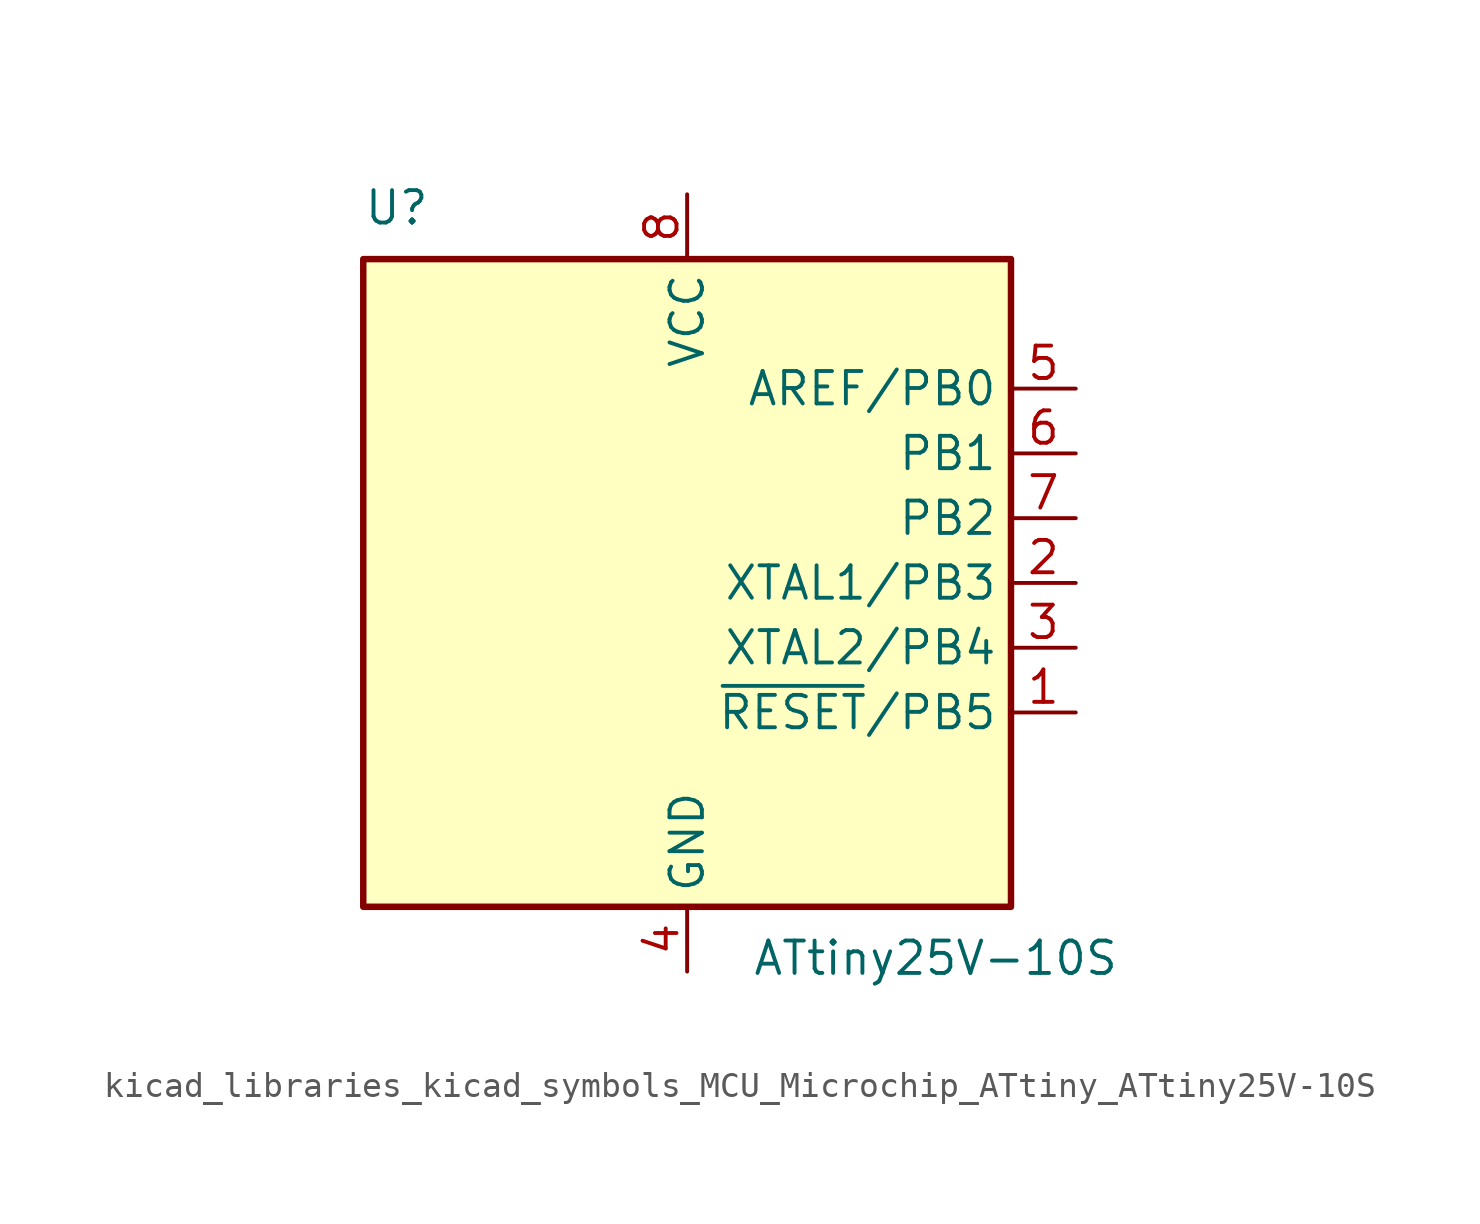
<source format=kicad_sym>
(kicad_symbol_lib
  (version 20220914)
  (generator kicad_symbol_editor)
  (symbol "kicad_libraries_kicad_symbols_MCU_Microchip_ATtiny_ATtiny25V-10S"
    (property "Reference" "U"
      (at -12.7 13.97 0)
      (effects (font (size 1.27 1.27)) (justify left bottom)))
    (property "Value" "ATtiny25V-10S"
      (at 2.54 -13.97 0)
      (effects (font (size 1.27 1.27)) (justify left top)))
    (symbol "kicad_libraries_kicad_symbols_MCU_Microchip_ATtiny_ATtiny25V-10S_0_1"
      (rectangle (start -12.7 -12.7) (end 12.7 12.7) (stroke (width 0.254) (type default)) (fill (type background))))
    (symbol "kicad_libraries_kicad_symbols_MCU_Microchip_ATtiny_ATtiny25V-10S_1_1"
      (pin bidirectional line (at 15.24 -5.08 180) (length 2.54) (name "~{RESET}/PB5" (effects (font (size 1.27 1.27)))) (number "1" (effects (font (size 1.27 1.27)))))
      (pin bidirectional line (at 15.24 0 180) (length 2.54) (name "XTAL1/PB3" (effects (font (size 1.27 1.27)))) (number "2" (effects (font (size 1.27 1.27)))))
      (pin bidirectional line (at 15.24 -2.54 180) (length 2.54) (name "XTAL2/PB4" (effects (font (size 1.27 1.27)))) (number "3" (effects (font (size 1.27 1.27)))))
      (pin power_in line (at 0 -15.24 90) (length 2.54) (name "GND" (effects (font (size 1.27 1.27)))) (number "4" (effects (font (size 1.27 1.27)))))
      (pin bidirectional line (at 15.24 7.62 180) (length 2.54) (name "AREF/PB0" (effects (font (size 1.27 1.27)))) (number "5" (effects (font (size 1.27 1.27)))))
      (pin bidirectional line (at 15.24 5.08 180) (length 2.54) (name "PB1" (effects (font (size 1.27 1.27)))) (number "6" (effects (font (size 1.27 1.27)))))
      (pin bidirectional line (at 15.24 2.54 180) (length 2.54) (name "PB2" (effects (font (size 1.27 1.27)))) (number "7" (effects (font (size 1.27 1.27)))))
      (pin power_in line (at 0 15.24 270) (length 2.54) (name "VCC" (effects (font (size 1.27 1.27)))) (number "8" (effects (font (size 1.27 1.27))))))))
</source>
